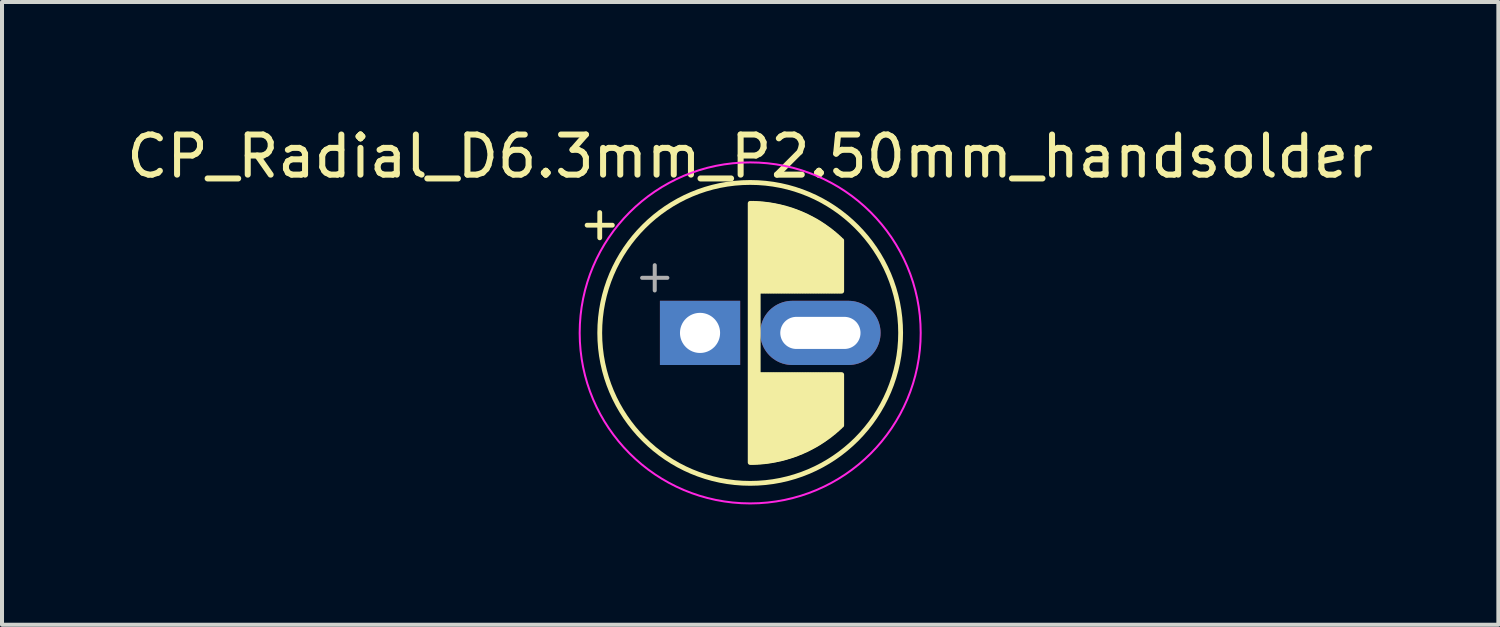
<source format=kicad_pcb>
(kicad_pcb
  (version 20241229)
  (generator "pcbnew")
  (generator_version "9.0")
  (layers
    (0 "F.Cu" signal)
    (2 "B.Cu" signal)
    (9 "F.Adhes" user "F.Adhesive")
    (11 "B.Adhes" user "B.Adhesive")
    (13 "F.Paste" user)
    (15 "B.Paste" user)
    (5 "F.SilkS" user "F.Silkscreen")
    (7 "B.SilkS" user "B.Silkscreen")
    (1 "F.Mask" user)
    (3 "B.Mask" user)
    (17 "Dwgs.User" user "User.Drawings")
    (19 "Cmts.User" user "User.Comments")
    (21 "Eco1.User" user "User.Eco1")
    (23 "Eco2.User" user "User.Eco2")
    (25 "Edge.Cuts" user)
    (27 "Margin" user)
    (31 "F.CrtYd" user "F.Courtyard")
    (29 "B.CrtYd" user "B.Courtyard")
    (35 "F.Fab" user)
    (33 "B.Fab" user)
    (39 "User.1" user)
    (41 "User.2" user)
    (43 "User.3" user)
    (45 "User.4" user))
  (footprint "CP_Radial_D6.3mm_P2.50mm_handsolder"
    (layer "F.Cu")
    (at 14.399 5.248)
    (property "Reference" "CP_Radial_D6.3mm_P2.50mm_handsolder" (at 1.25 -4.4 0) (layer "F.SilkS") (effects (font (size 1 1) (thickness 0.15))))
    (attr through_hole)
    (fp_line (start -2.815 -2.685) (end -2.185 -2.685) (stroke (width 0.12) (type solid)) (layer "F.SilkS"))
    (fp_line (start -2.5 -3) (end -2.5 -2.37) (stroke (width 0.12) (type solid)) (layer "F.SilkS"))
    (fp_line (start 1.25 -3.23) (end 1.25 3.23) (stroke (width 0.12) (type solid)) (layer "F.SilkS"))
    (fp_line (start 1.29 -3.23) (end 1.29 3.23) (stroke (width 0.12) (type solid)) (layer "F.SilkS"))
    (fp_line (start 1.33 -3.23) (end 1.33 3.23) (stroke (width 0.12) (type solid)) (layer "F.SilkS"))
    (fp_line (start 1.37 -3.228) (end 1.37 3.228) (stroke (width 0.12) (type solid)) (layer "F.SilkS"))
    (fp_line (start 1.41 -3.227) (end 1.41 3.227) (stroke (width 0.12) (type solid)) (layer "F.SilkS"))
    (fp_line (start 1.45 -3.224) (end 1.45 3.224) (stroke (width 0.12) (type solid)) (layer "F.SilkS"))
    (fp_line (start 1.49 -3.222) (end 1.49 -1.04) (stroke (width 0.12) (type solid)) (layer "F.SilkS"))
    (fp_line (start 1.49 1.04) (end 1.49 3.222) (stroke (width 0.12) (type solid)) (layer "F.SilkS"))
    (fp_line (start 1.53 -3.218) (end 1.53 -1.04) (stroke (width 0.12) (type solid)) (layer "F.SilkS"))
    (fp_line (start 1.53 1.04) (end 1.53 3.218) (stroke (width 0.12) (type solid)) (layer "F.SilkS"))
    (fp_line (start 1.57 -3.215) (end 1.57 -1.04) (stroke (width 0.12) (type solid)) (layer "F.SilkS"))
    (fp_line (start 1.57 1.04) (end 1.57 3.215) (stroke (width 0.12) (type solid)) (layer "F.SilkS"))
    (fp_line (start 1.61 -3.211) (end 1.61 -1.04) (stroke (width 0.12) (type solid)) (layer "F.SilkS"))
    (fp_line (start 1.61 1.04) (end 1.61 3.211) (stroke (width 0.12) (type solid)) (layer "F.SilkS"))
    (fp_line (start 1.65 -3.206) (end 1.65 -1.04) (stroke (width 0.12) (type solid)) (layer "F.SilkS"))
    (fp_line (start 1.65 1.04) (end 1.65 3.206) (stroke (width 0.12) (type solid)) (layer "F.SilkS"))
    (fp_line (start 1.69 -3.201) (end 1.69 -1.04) (stroke (width 0.12) (type solid)) (layer "F.SilkS"))
    (fp_line (start 1.69 1.04) (end 1.69 3.201) (stroke (width 0.12) (type solid)) (layer "F.SilkS"))
    (fp_line (start 1.73 -3.195) (end 1.73 -1.04) (stroke (width 0.12) (type solid)) (layer "F.SilkS"))
    (fp_line (start 1.73 1.04) (end 1.73 3.195) (stroke (width 0.12) (type solid)) (layer "F.SilkS"))
    (fp_line (start 1.77 -3.189) (end 1.77 -1.04) (stroke (width 0.12) (type solid)) (layer "F.SilkS"))
    (fp_line (start 1.77 1.04) (end 1.77 3.189) (stroke (width 0.12) (type solid)) (layer "F.SilkS"))
    (fp_line (start 1.81 -3.182) (end 1.81 -1.04) (stroke (width 0.12) (type solid)) (layer "F.SilkS"))
    (fp_line (start 1.81 1.04) (end 1.81 3.182) (stroke (width 0.12) (type solid)) (layer "F.SilkS"))
    (fp_line (start 1.85 -3.175) (end 1.85 -1.04) (stroke (width 0.12) (type solid)) (layer "F.SilkS"))
    (fp_line (start 1.85 1.04) (end 1.85 3.175) (stroke (width 0.12) (type solid)) (layer "F.SilkS"))
    (fp_line (start 1.89 -3.167) (end 1.89 -1.04) (stroke (width 0.12) (type solid)) (layer "F.SilkS"))
    (fp_line (start 1.89 1.04) (end 1.89 3.167) (stroke (width 0.12) (type solid)) (layer "F.SilkS"))
    (fp_line (start 1.93 -3.159) (end 1.93 -1.04) (stroke (width 0.12) (type solid)) (layer "F.SilkS"))
    (fp_line (start 1.93 1.04) (end 1.93 3.159) (stroke (width 0.12) (type solid)) (layer "F.SilkS"))
    (fp_line (start 1.971 -3.15) (end 1.971 -1.04) (stroke (width 0.12) (type solid)) (layer "F.SilkS"))
    (fp_line (start 1.971 1.04) (end 1.971 3.15) (stroke (width 0.12) (type solid)) (layer "F.SilkS"))
    (fp_line (start 2.011 -3.141) (end 2.011 -1.04) (stroke (width 0.12) (type solid)) (layer "F.SilkS"))
    (fp_line (start 2.011 1.04) (end 2.011 3.141) (stroke (width 0.12) (type solid)) (layer "F.SilkS"))
    (fp_line (start 2.051 -3.131) (end 2.051 -1.04) (stroke (width 0.12) (type solid)) (layer "F.SilkS"))
    (fp_line (start 2.051 1.04) (end 2.051 3.131) (stroke (width 0.12) (type solid)) (layer "F.SilkS"))
    (fp_line (start 2.091 -3.121) (end 2.091 -1.04) (stroke (width 0.12) (type solid)) (layer "F.SilkS"))
    (fp_line (start 2.091 1.04) (end 2.091 3.121) (stroke (width 0.12) (type solid)) (layer "F.SilkS"))
    (fp_line (start 2.131 -3.11) (end 2.131 -1.04) (stroke (width 0.12) (type solid)) (layer "F.SilkS"))
    (fp_line (start 2.131 1.04) (end 2.131 3.11) (stroke (width 0.12) (type solid)) (layer "F.SilkS"))
    (fp_line (start 2.171 -3.098) (end 2.171 -1.04) (stroke (width 0.12) (type solid)) (layer "F.SilkS"))
    (fp_line (start 2.171 1.04) (end 2.171 3.098) (stroke (width 0.12) (type solid)) (layer "F.SilkS"))
    (fp_line (start 2.211 -3.086) (end 2.211 -1.04) (stroke (width 0.12) (type solid)) (layer "F.SilkS"))
    (fp_line (start 2.211 1.04) (end 2.211 3.086) (stroke (width 0.12) (type solid)) (layer "F.SilkS"))
    (fp_line (start 2.251 -3.074) (end 2.251 -1.04) (stroke (width 0.12) (type solid)) (layer "F.SilkS"))
    (fp_line (start 2.251 1.04) (end 2.251 3.074) (stroke (width 0.12) (type solid)) (layer "F.SilkS"))
    (fp_line (start 2.291 -3.061) (end 2.291 -1.04) (stroke (width 0.12) (type solid)) (layer "F.SilkS"))
    (fp_line (start 2.291 1.04) (end 2.291 3.061) (stroke (width 0.12) (type solid)) (layer "F.SilkS"))
    (fp_line (start 2.331 -3.047) (end 2.331 -1.04) (stroke (width 0.12) (type solid)) (layer "F.SilkS"))
    (fp_line (start 2.331 1.04) (end 2.331 3.047) (stroke (width 0.12) (type solid)) (layer "F.SilkS"))
    (fp_line (start 2.371 -3.033) (end 2.371 -1.04) (stroke (width 0.12) (type solid)) (layer "F.SilkS"))
    (fp_line (start 2.371 1.04) (end 2.371 3.033) (stroke (width 0.12) (type solid)) (layer "F.SilkS"))
    (fp_line (start 2.411 -3.018) (end 2.411 -1.04) (stroke (width 0.12) (type solid)) (layer "F.SilkS"))
    (fp_line (start 2.411 1.04) (end 2.411 3.018) (stroke (width 0.12) (type solid)) (layer "F.SilkS"))
    (fp_line (start 2.451 -3.002) (end 2.451 -1.04) (stroke (width 0.12) (type solid)) (layer "F.SilkS"))
    (fp_line (start 2.451 1.04) (end 2.451 3.002) (stroke (width 0.12) (type solid)) (layer "F.SilkS"))
    (fp_line (start 2.491 -2.986) (end 2.491 -1.04) (stroke (width 0.12) (type solid)) (layer "F.SilkS"))
    (fp_line (start 2.491 1.04) (end 2.491 2.986) (stroke (width 0.12) (type solid)) (layer "F.SilkS"))
    (fp_line (start 2.531 -2.97) (end 2.531 -1.04) (stroke (width 0.12) (type solid)) (layer "F.SilkS"))
    (fp_line (start 2.531 1.04) (end 2.531 2.97) (stroke (width 0.12) (type solid)) (layer "F.SilkS"))
    (fp_line (start 2.571 -2.952) (end 2.571 -1.04) (stroke (width 0.12) (type solid)) (layer "F.SilkS"))
    (fp_line (start 2.571 1.04) (end 2.571 2.952) (stroke (width 0.12) (type solid)) (layer "F.SilkS"))
    (fp_line (start 2.611 -2.934) (end 2.611 -1.04) (stroke (width 0.12) (type solid)) (layer "F.SilkS"))
    (fp_line (start 2.611 1.04) (end 2.611 2.934) (stroke (width 0.12) (type solid)) (layer "F.SilkS"))
    (fp_line (start 2.651 -2.916) (end 2.651 -1.04) (stroke (width 0.12) (type solid)) (layer "F.SilkS"))
    (fp_line (start 2.651 1.04) (end 2.651 2.916) (stroke (width 0.12) (type solid)) (layer "F.SilkS"))
    (fp_line (start 2.691 -2.896) (end 2.691 -1.04) (stroke (width 0.12) (type solid)) (layer "F.SilkS"))
    (fp_line (start 2.691 1.04) (end 2.691 2.896) (stroke (width 0.12) (type solid)) (layer "F.SilkS"))
    (fp_line (start 2.731 -2.876) (end 2.731 -1.04) (stroke (width 0.12) (type solid)) (layer "F.SilkS"))
    (fp_line (start 2.731 1.04) (end 2.731 2.876) (stroke (width 0.12) (type solid)) (layer "F.SilkS"))
    (fp_line (start 2.771 -2.856) (end 2.771 -1.04) (stroke (width 0.12) (type solid)) (layer "F.SilkS"))
    (fp_line (start 2.771 1.04) (end 2.771 2.856) (stroke (width 0.12) (type solid)) (layer "F.SilkS"))
    (fp_line (start 2.811 -2.834) (end 2.811 -1.04) (stroke (width 0.12) (type solid)) (layer "F.SilkS"))
    (fp_line (start 2.811 1.04) (end 2.811 2.834) (stroke (width 0.12) (type solid)) (layer "F.SilkS"))
    (fp_line (start 2.851 -2.812) (end 2.851 -1.04) (stroke (width 0.12) (type solid)) (layer "F.SilkS"))
    (fp_line (start 2.851 1.04) (end 2.851 2.812) (stroke (width 0.12) (type solid)) (layer "F.SilkS"))
    (fp_line (start 2.891 -2.79) (end 2.891 -1.04) (stroke (width 0.12) (type solid)) (layer "F.SilkS"))
    (fp_line (start 2.891 1.04) (end 2.891 2.79) (stroke (width 0.12) (type solid)) (layer "F.SilkS"))
    (fp_line (start 2.931 -2.766) (end 2.931 -1.04) (stroke (width 0.12) (type solid)) (layer "F.SilkS"))
    (fp_line (start 2.931 1.04) (end 2.931 2.766) (stroke (width 0.12) (type solid)) (layer "F.SilkS"))
    (fp_line (start 2.971 -2.742) (end 2.971 -1.04) (stroke (width 0.12) (type solid)) (layer "F.SilkS"))
    (fp_line (start 2.971 1.04) (end 2.971 2.742) (stroke (width 0.12) (type solid)) (layer "F.SilkS"))
    (fp_line (start 3.011 -2.716) (end 3.011 -1.04) (stroke (width 0.12) (type solid)) (layer "F.SilkS"))
    (fp_line (start 3.011 1.04) (end 3.011 2.716) (stroke (width 0.12) (type solid)) (layer "F.SilkS"))
    (fp_line (start 3.051 -2.69) (end 3.051 -1.04) (stroke (width 0.12) (type solid)) (layer "F.SilkS"))
    (fp_line (start 3.051 1.04) (end 3.051 2.69) (stroke (width 0.12) (type solid)) (layer "F.SilkS"))
    (fp_line (start 3.091 -2.664) (end 3.091 -1.04) (stroke (width 0.12) (type solid)) (layer "F.SilkS"))
    (fp_line (start 3.091 1.04) (end 3.091 2.664) (stroke (width 0.12) (type solid)) (layer "F.SilkS"))
    (fp_line (start 3.131 -2.636) (end 3.131 -1.04) (stroke (width 0.12) (type solid)) (layer "F.SilkS"))
    (fp_line (start 3.131 1.04) (end 3.131 2.636) (stroke (width 0.12) (type solid)) (layer "F.SilkS"))
    (fp_line (start 3.171 -2.607) (end 3.171 -1.04) (stroke (width 0.12) (type solid)) (layer "F.SilkS"))
    (fp_line (start 3.171 1.04) (end 3.171 2.607) (stroke (width 0.12) (type solid)) (layer "F.SilkS"))
    (fp_line (start 3.211 -2.578) (end 3.211 -1.04) (stroke (width 0.12) (type solid)) (layer "F.SilkS"))
    (fp_line (start 3.211 1.04) (end 3.211 2.578) (stroke (width 0.12) (type solid)) (layer "F.SilkS"))
    (fp_line (start 3.251 -2.548) (end 3.251 -1.04) (stroke (width 0.12) (type solid)) (layer "F.SilkS"))
    (fp_line (start 3.251 1.04) (end 3.251 2.548) (stroke (width 0.12) (type solid)) (layer "F.SilkS"))
    (fp_line (start 3.291 -2.516) (end 3.291 -1.04) (stroke (width 0.12) (type solid)) (layer "F.SilkS"))
    (fp_line (start 3.291 1.04) (end 3.291 2.516) (stroke (width 0.12) (type solid)) (layer "F.SilkS"))
    (fp_line (start 3.331 -2.484) (end 3.331 -1.04) (stroke (width 0.12) (type solid)) (layer "F.SilkS"))
    (fp_line (start 3.331 1.04) (end 3.331 2.484) (stroke (width 0.12) (type solid)) (layer "F.SilkS"))
    (fp_line (start 3.371 -2.45) (end 3.371 -1.04) (stroke (width 0.12) (type solid)) (layer "F.SilkS"))
    (fp_line (start 3.371 1.04) (end 3.371 2.45) (stroke (width 0.12) (type solid)) (layer "F.SilkS"))
    (fp_line (start 3.411 -2.416) (end 3.411 -1.04) (stroke (width 0.12) (type solid)) (layer "F.SilkS"))
    (fp_line (start 3.411 1.04) (end 3.411 2.416) (stroke (width 0.12) (type solid)) (layer "F.SilkS"))
    (fp_line (start 3.451 -2.38) (end 3.451 -1.04) (stroke (width 0.12) (type solid)) (layer "F.SilkS"))
    (fp_line (start 3.451 1.04) (end 3.451 2.38) (stroke (width 0.12) (type solid)) (layer "F.SilkS"))
    (fp_line (start 3.491 -2.343) (end 3.491 -1.04) (stroke (width 0.12) (type solid)) (layer "F.SilkS"))
    (fp_line (start 3.491 1.04) (end 3.491 2.343) (stroke (width 0.12) (type solid)) (layer "F.SilkS"))
    (fp_line (start 3.531 -2.305) (end 3.531 -1.04) (stroke (width 0.12) (type solid)) (layer "F.SilkS"))
    (fp_line (start 3.531 1.04) (end 3.531 2.305) (stroke (width 0.12) (type solid)) (layer "F.SilkS"))
    (fp_circle (center 1.25 0) (end 5 0) (stroke (width 0.12) (type solid)) (fill no) (layer "F.SilkS"))
    (fp_circle (center 1.25 0) (end 5.5 0) (stroke (width 0.05) (type solid)) (fill no) (layer "F.CrtYd"))
    (fp_line (start -1.444 -1.373) (end -0.814 -1.373) (stroke (width 0.1) (type solid)) (layer "F.Fab"))
    (fp_line (start -1.129 -1.688) (end -1.129 -1.058) (stroke (width 0.1) (type solid)) (layer "F.Fab"))
    (pad "1" thru_hole rect (at 0 0) (size 2 1.6) (drill 1) (layers "*.Cu" "*.Mask"))
    (pad "2" thru_hole oval (at 3 0) (size 3 1.6) (drill oval 2 0.8) (layers "*.Cu" "*.Mask")))
  (gr_rect
    (start -3 -3)
    (end 34.298 12.523)
    (stroke (width 0.1) (type default))
    (fill no)
    (layer "Edge.Cuts")))
</source>
